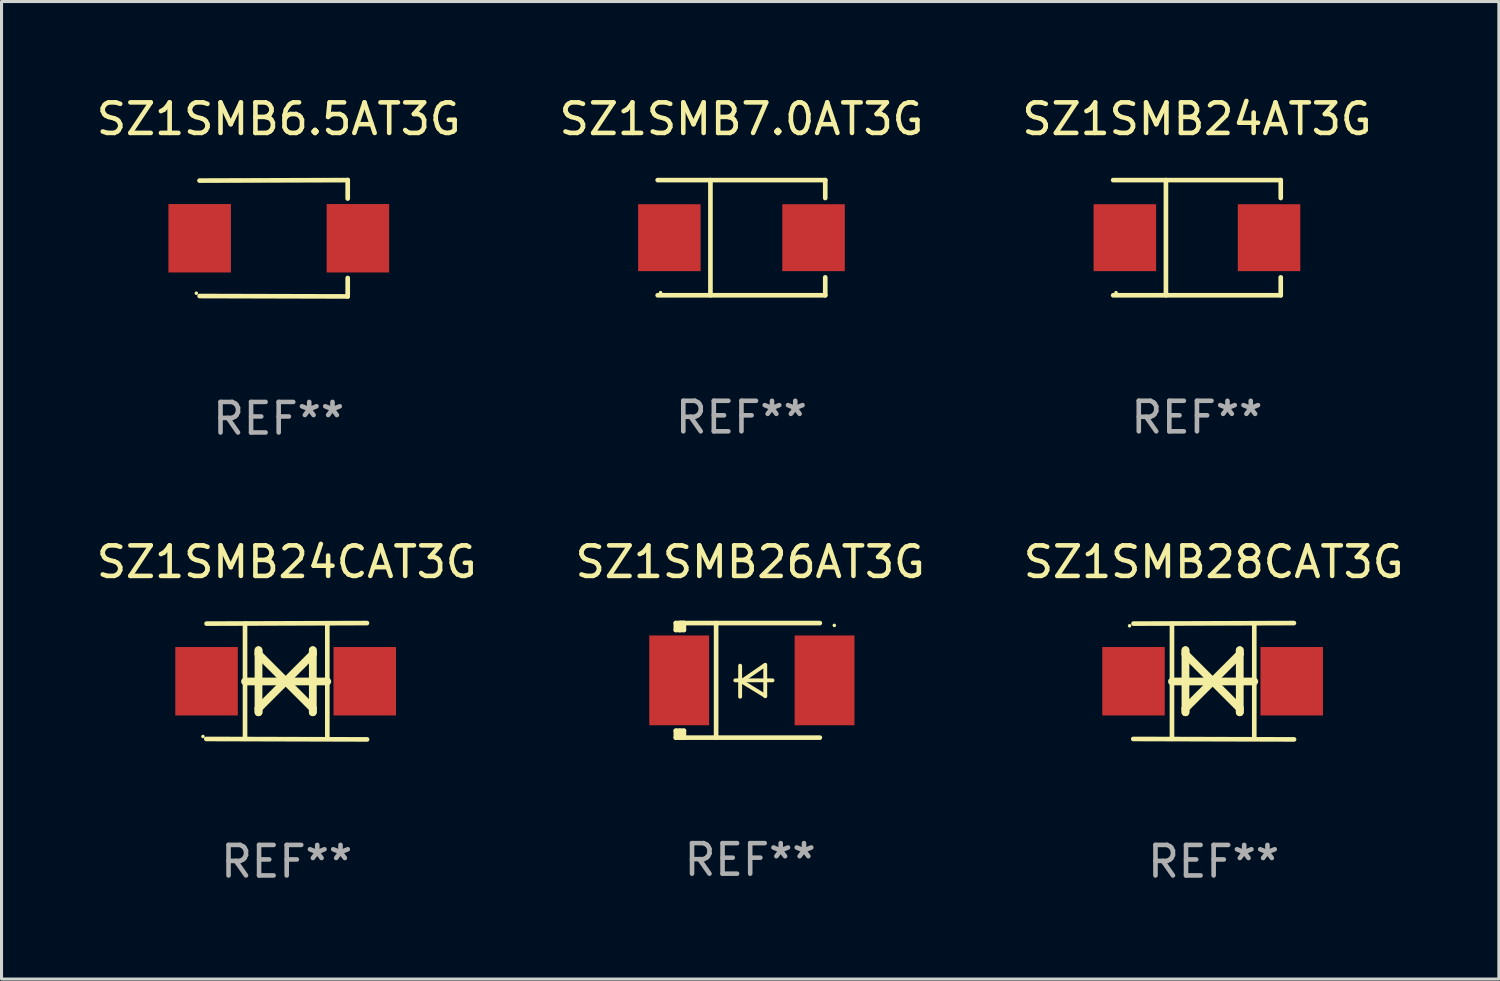
<source format=kicad_pcb>
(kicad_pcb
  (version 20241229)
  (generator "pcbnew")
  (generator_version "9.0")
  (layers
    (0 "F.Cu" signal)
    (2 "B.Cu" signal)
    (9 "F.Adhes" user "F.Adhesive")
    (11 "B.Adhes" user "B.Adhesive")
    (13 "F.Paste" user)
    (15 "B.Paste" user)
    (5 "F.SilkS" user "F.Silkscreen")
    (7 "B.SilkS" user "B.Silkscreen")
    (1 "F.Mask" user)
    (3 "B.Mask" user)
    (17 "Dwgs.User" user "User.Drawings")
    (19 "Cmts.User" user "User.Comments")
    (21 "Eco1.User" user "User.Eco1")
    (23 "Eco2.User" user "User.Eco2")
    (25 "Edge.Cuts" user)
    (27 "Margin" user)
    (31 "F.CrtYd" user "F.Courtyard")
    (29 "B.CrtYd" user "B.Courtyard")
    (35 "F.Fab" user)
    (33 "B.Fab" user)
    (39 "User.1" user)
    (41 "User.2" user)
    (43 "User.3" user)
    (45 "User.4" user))
  (footprint "SZ1SMB24CAT3G"
    (layer "F.Cu")
    (at 6.339 19.26)
    (property "Reference" "SZ1SMB24CAT3G" (at 0 -3.905 0) (layer "F.SilkS") (effects (font (size 1 1) (thickness 0.15))))
    (attr through_hole)
    (fp_line (start -1.365 1.886) (end -1.365 -1.886) (stroke (width 0.152) (type solid)) (layer "F.SilkS"))
    (fp_line (start -1.365 0.008) (end 1.33 0.008) (stroke (width 0.254) (type solid)) (layer "F.SilkS"))
    (fp_line (start -0.923 -1.016) (end -0.923 1.016) (stroke (width 0.254) (type solid)) (layer "F.SilkS"))
    (fp_line (start -0.923 -0.889) (end -0.923 -1.016) (stroke (width 0.254) (type solid)) (layer "F.SilkS"))
    (fp_line (start -0.923 0.889) (end -0.034 0) (stroke (width 0.254) (type solid)) (layer "F.SilkS"))
    (fp_line (start -0.923 1.016) (end -0.923 0.889) (stroke (width 0.254) (type solid)) (layer "F.SilkS"))
    (fp_line (start -0.034 0) (end -0.923 -0.889) (stroke (width 0.254) (type solid)) (layer "F.SilkS"))
    (fp_line (start -0.034 0) (end 0.855 0.889) (stroke (width 0.254) (type solid)) (layer "F.SilkS"))
    (fp_line (start 0.855 -1.016) (end 0.855 -0.889) (stroke (width 0.254) (type solid)) (layer "F.SilkS"))
    (fp_line (start 0.855 -0.889) (end -0.034 0) (stroke (width 0.254) (type solid)) (layer "F.SilkS"))
    (fp_line (start 0.855 0.889) (end 0.855 1.016) (stroke (width 0.254) (type solid)) (layer "F.SilkS"))
    (fp_line (start 0.855 1.016) (end 0.855 -1.016) (stroke (width 0.254) (type solid)) (layer "F.SilkS"))
    (fp_line (start 1.33 1.886) (end 1.33 -1.886) (stroke (width 0.152) (type solid)) (layer "F.SilkS"))
    (fp_line (start 2.629 -1.905) (end -2.625 -1.887) (stroke (width 0.152) (type solid)) (layer "F.SilkS"))
    (fp_line (start 2.633 1.905) (end -2.633 1.89) (stroke (width 0.152) (type solid)) (layer "F.SilkS"))
    (fp_circle (center -2.741 1.81) (end -2.711 1.81) (stroke (width 0.06) (type solid)) (fill no) (layer "F.SilkS"))
    (fp_text user "REF**" (at 0 5.905 0) (layer "F.Fab") (effects (font (size 1 1) (thickness 0.15))))
    (pad "1" smd rect (at -2.625 0) (size 2.047 2.241) (layers "F.Cu" "F.Mask" "F.Paste"))
    (pad "2" smd rect (at 2.557 0) (size 2.047 2.241) (layers "F.Cu" "F.Mask" "F.Paste")))
  (footprint "SZ1SMB7.0AT3G"
    (layer "F.Cu")
    (at 21.232 4.734)
    (property "Reference" "SZ1SMB7.0AT3G" (at 0 -3.886 0) (layer "F.SilkS") (effects (font (size 1 1) (thickness 0.15))))
    (attr through_hole)
    (fp_line (start -2.744 -1.886) (end 2.744 -1.886) (stroke (width 0.152) (type solid)) (layer "F.SilkS"))
    (fp_line (start -2.744 1.886) (end 2.744 1.886) (stroke (width 0.152) (type solid)) (layer "F.SilkS"))
    (fp_line (start -1.016 -1.886) (end -1.016 1.886) (stroke (width 0.152) (type solid)) (layer "F.SilkS"))
    (fp_line (start 2.744 -1.886) (end 2.744 -1.299) (stroke (width 0.152) (type solid)) (layer "F.SilkS"))
    (fp_line (start 2.744 1.886) (end 2.744 1.299) (stroke (width 0.152) (type solid)) (layer "F.SilkS"))
    (fp_circle (center -2.65 1.8) (end -2.62 1.8) (stroke (width 0.06) (type solid)) (fill no) (layer "F.SilkS"))
    (fp_text user "REF**" (at 0 5.886 0) (layer "F.Fab") (effects (font (size 1 1) (thickness 0.15))))
    (pad "1" smd rect (at -2.361 0) (size 2.047 2.192) (layers "F.Cu" "F.Mask" "F.Paste"))
    (pad "2" smd rect (at 2.361 0) (size 2.047 2.192) (layers "F.Cu" "F.Mask" "F.Paste")))
  (footprint "SZ1SMB6.5AT3G"
    (layer "F.Cu")
    (at 6.077 4.753)
    (property "Reference" "SZ1SMB6.5AT3G" (at 0 -3.905 0) (layer "F.SilkS") (effects (font (size 1 1) (thickness 0.15))))
    (attr through_hole)
    (fp_line (start 2.256 -1.905) (end -2.594 -1.889) (stroke (width 0.152) (type solid)) (layer "F.SilkS"))
    (fp_line (start 2.256 -1.905) (end 2.26 -1.905) (stroke (width 0.152) (type solid)) (layer "F.SilkS"))
    (fp_line (start 2.26 -1.905) (end 2.26 -1.301) (stroke (width 0.152) (type solid)) (layer "F.SilkS"))
    (fp_line (start 2.26 1.301) (end 2.26 1.905) (stroke (width 0.152) (type solid)) (layer "F.SilkS"))
    (fp_line (start 2.26 1.905) (end -2.59 1.892) (stroke (width 0.152) (type solid)) (layer "F.SilkS"))
    (fp_circle (center -2.697 1.8) (end -2.667 1.8) (stroke (width 0.06) (type solid)) (fill no) (layer "F.SilkS"))
    (fp_text user "REF**" (at 0 5.905 0) (layer "F.Fab") (effects (font (size 1 1) (thickness 0.15))))
    (pad "1" smd rect (at -2.588 0) (size 2.047 2.241) (layers "F.Cu" "F.Mask" "F.Paste"))
    (pad "2" smd rect (at 2.594 0) (size 2.047 2.241) (layers "F.Cu" "F.Mask" "F.Paste")))
  (footprint "SZ1SMB28CAT3G"
    (layer "F.Cu")
    (at 36.696 19.26)
    (property "Reference" "SZ1SMB28CAT3G" (at 0 -3.905 0) (layer "F.SilkS") (effects (font (size 1 1) (thickness 0.15))))
    (attr through_hole)
    (fp_line (start -1.365 1.886) (end -1.365 -1.886) (stroke (width 0.152) (type solid)) (layer "F.SilkS"))
    (fp_line (start -1.365 0.008) (end 1.33 0.008) (stroke (width 0.254) (type solid)) (layer "F.SilkS"))
    (fp_line (start -0.923 -1.016) (end -0.923 1.016) (stroke (width 0.254) (type solid)) (layer "F.SilkS"))
    (fp_line (start -0.923 -0.889) (end -0.923 -1.016) (stroke (width 0.254) (type solid)) (layer "F.SilkS"))
    (fp_line (start -0.923 0.889) (end -0.034 0) (stroke (width 0.254) (type solid)) (layer "F.SilkS"))
    (fp_line (start -0.923 1.016) (end -0.923 0.889) (stroke (width 0.254) (type solid)) (layer "F.SilkS"))
    (fp_line (start -0.034 0) (end -0.923 -0.889) (stroke (width 0.254) (type solid)) (layer "F.SilkS"))
    (fp_line (start -0.034 0) (end 0.855 0.889) (stroke (width 0.254) (type solid)) (layer "F.SilkS"))
    (fp_line (start 0.855 -1.016) (end 0.855 -0.889) (stroke (width 0.254) (type solid)) (layer "F.SilkS"))
    (fp_line (start 0.855 -0.889) (end -0.034 0) (stroke (width 0.254) (type solid)) (layer "F.SilkS"))
    (fp_line (start 0.855 0.889) (end 0.855 1.016) (stroke (width 0.254) (type solid)) (layer "F.SilkS"))
    (fp_line (start 0.855 1.016) (end 0.855 -1.016) (stroke (width 0.254) (type solid)) (layer "F.SilkS"))
    (fp_line (start 1.33 1.886) (end 1.33 -1.886) (stroke (width 0.152) (type solid)) (layer "F.SilkS"))
    (fp_line (start 2.629 -1.905) (end -2.625 -1.887) (stroke (width 0.152) (type solid)) (layer "F.SilkS"))
    (fp_line (start 2.633 1.905) (end -2.633 1.89) (stroke (width 0.152) (type solid)) (layer "F.SilkS"))
    (fp_circle (center -2.753 -1.816) (end -2.723 -1.816) (stroke (width 0.06) (type solid)) (fill no) (layer "F.SilkS"))
    (fp_text user "REF**" (at 0 5.905 0) (layer "F.Fab") (effects (font (size 1 1) (thickness 0.15))))
    (pad "1" smd rect (at -2.625 0) (size 2.047 2.241) (layers "F.Cu" "F.Mask" "F.Paste"))
    (pad "2" smd rect (at 2.557 0) (size 2.047 2.241) (layers "F.Cu" "F.Mask" "F.Paste")))
  (footprint "SZ1SMB24AT3G"
    (layer "F.Cu")
    (at 36.149 4.734)
    (property "Reference" "SZ1SMB24AT3G" (at 0 -3.886 0) (layer "F.SilkS") (effects (font (size 1 1) (thickness 0.15))))
    (attr through_hole)
    (fp_line (start -2.744 -1.886) (end 2.744 -1.886) (stroke (width 0.152) (type solid)) (layer "F.SilkS"))
    (fp_line (start -2.744 1.886) (end 2.744 1.886) (stroke (width 0.152) (type solid)) (layer "F.SilkS"))
    (fp_line (start -1.016 -1.886) (end -1.016 1.886) (stroke (width 0.152) (type solid)) (layer "F.SilkS"))
    (fp_line (start 2.744 -1.886) (end 2.744 -1.299) (stroke (width 0.152) (type solid)) (layer "F.SilkS"))
    (fp_line (start 2.744 1.886) (end 2.744 1.299) (stroke (width 0.152) (type solid)) (layer "F.SilkS"))
    (fp_circle (center -2.65 1.8) (end -2.62 1.8) (stroke (width 0.06) (type solid)) (fill no) (layer "F.SilkS"))
    (fp_text user "REF**" (at 0 5.886 0) (layer "F.Fab") (effects (font (size 1 1) (thickness 0.15))))
    (pad "1" smd rect (at -2.361 0) (size 2.047 2.192) (layers "F.Cu" "F.Mask" "F.Paste"))
    (pad "2" smd rect (at 2.361 0) (size 2.047 2.192) (layers "F.Cu" "F.Mask" "F.Paste")))
  (footprint "SZ1SMB26AT3G"
    (layer "F.Cu")
    (at 21.518 19.231)
    (property "Reference" "SZ1SMB26AT3G" (at 0 -3.876 0) (layer "F.SilkS") (effects (font (size 1 1) (thickness 0.15))))
    (attr through_hole)
    (fp_line (start -2.435 1.65) (end -2.171 1.65) (stroke (width 0.152) (type solid)) (layer "F.SilkS"))
    (fp_line (start -2.435 1.876) (end -2.435 1.65) (stroke (width 0.152) (type solid)) (layer "F.SilkS"))
    (fp_line (start -2.435 -1.876) (end -2.171 -1.876) (stroke (width 0.152) (type solid)) (layer "F.SilkS"))
    (fp_line (start -2.435 -1.65) (end -2.435 -1.876) (stroke (width 0.152) (type solid)) (layer "F.SilkS"))
    (fp_line (start -2.305 -1.866) (end -2.295 -1.876) (stroke (width 0.152) (type solid)) (layer "F.SilkS"))
    (fp_line (start -2.305 -1.65) (end -2.305 -1.866) (stroke (width 0.152) (type solid)) (layer "F.SilkS"))
    (fp_line (start -2.305 1.876) (end -2.305 1.65) (stroke (width 0.152) (type solid)) (layer "F.SilkS"))
    (fp_line (start -2.295 -1.876) (end -2.295 -1.65) (stroke (width 0.152) (type solid)) (layer "F.SilkS"))
    (fp_line (start -2.171 1.876) (end -2.435 1.876) (stroke (width 0.152) (type solid)) (layer "F.SilkS"))
    (fp_line (start -2.171 -1.65) (end -2.435 -1.65) (stroke (width 0.152) (type solid)) (layer "F.SilkS"))
    (fp_line (start -2.171 -1.876) (end -2.295 -1.876) (stroke (width 0.152) (type solid)) (layer "F.SilkS"))
    (fp_line (start -2.171 -1.65) (end -2.171 -1.876) (stroke (width 0.152) (type solid)) (layer "F.SilkS"))
    (fp_line (start -2.171 1.876) (end -2.305 1.876) (stroke (width 0.152) (type solid)) (layer "F.SilkS"))
    (fp_line (start -2.171 1.876) (end -2.171 1.65) (stroke (width 0.152) (type solid)) (layer "F.SilkS"))
    (fp_line (start -1.116 1.876) (end -1.116 -1.876) (stroke (width 0.152) (type solid)) (layer "F.SilkS"))
    (fp_line (start -0.488 0.000102) (end 0.731 0.000102) (stroke (width 0.127) (type solid)) (layer "F.SilkS"))
    (fp_line (start -0.329 -0.48) (end -0.329 0.536) (stroke (width 0.127) (type solid)) (layer "F.SilkS"))
    (fp_line (start -0.29 0.03) (end 0.493 0.51) (stroke (width 0.127) (type solid)) (layer "F.SilkS"))
    (fp_line (start 0.493 -0.51) (end -0.29 0.03) (stroke (width 0.127) (type solid)) (layer "F.SilkS"))
    (fp_line (start 0.493 0.52) (end 0.493 -0.496) (stroke (width 0.127) (type solid)) (layer "F.SilkS"))
    (fp_line (start 2.281 -1.876) (end -2.171 -1.876) (stroke (width 0.152) (type solid)) (layer "F.SilkS"))
    (fp_line (start 2.281 1.876) (end -2.171 1.876) (stroke (width 0.152) (type solid)) (layer "F.SilkS"))
    (fp_circle (center 2.755 -1.8) (end 2.785 -1.8) (stroke (width 0.06) (type solid)) (fill no) (layer "F.SilkS"))
    (fp_text user "REF**" (at 0 5.876 0) (layer "F.Fab") (effects (font (size 1 1) (thickness 0.15))))
    (pad "1" smd rect (at 2.435 -0.000025 180) (size 1.96 2.94) (layers "F.Cu" "F.Mask" "F.Paste"))
    (pad "2" smd rect (at -2.325 -0.000025 180) (size 1.96 2.94) (layers "F.Cu" "F.Mask" "F.Paste")))
  (gr_rect
    (start -3 -3)
    (end 46.036 29.013)
    (stroke (width 0.1) (type default))
    (fill no)
    (layer "Edge.Cuts")))
</source>
